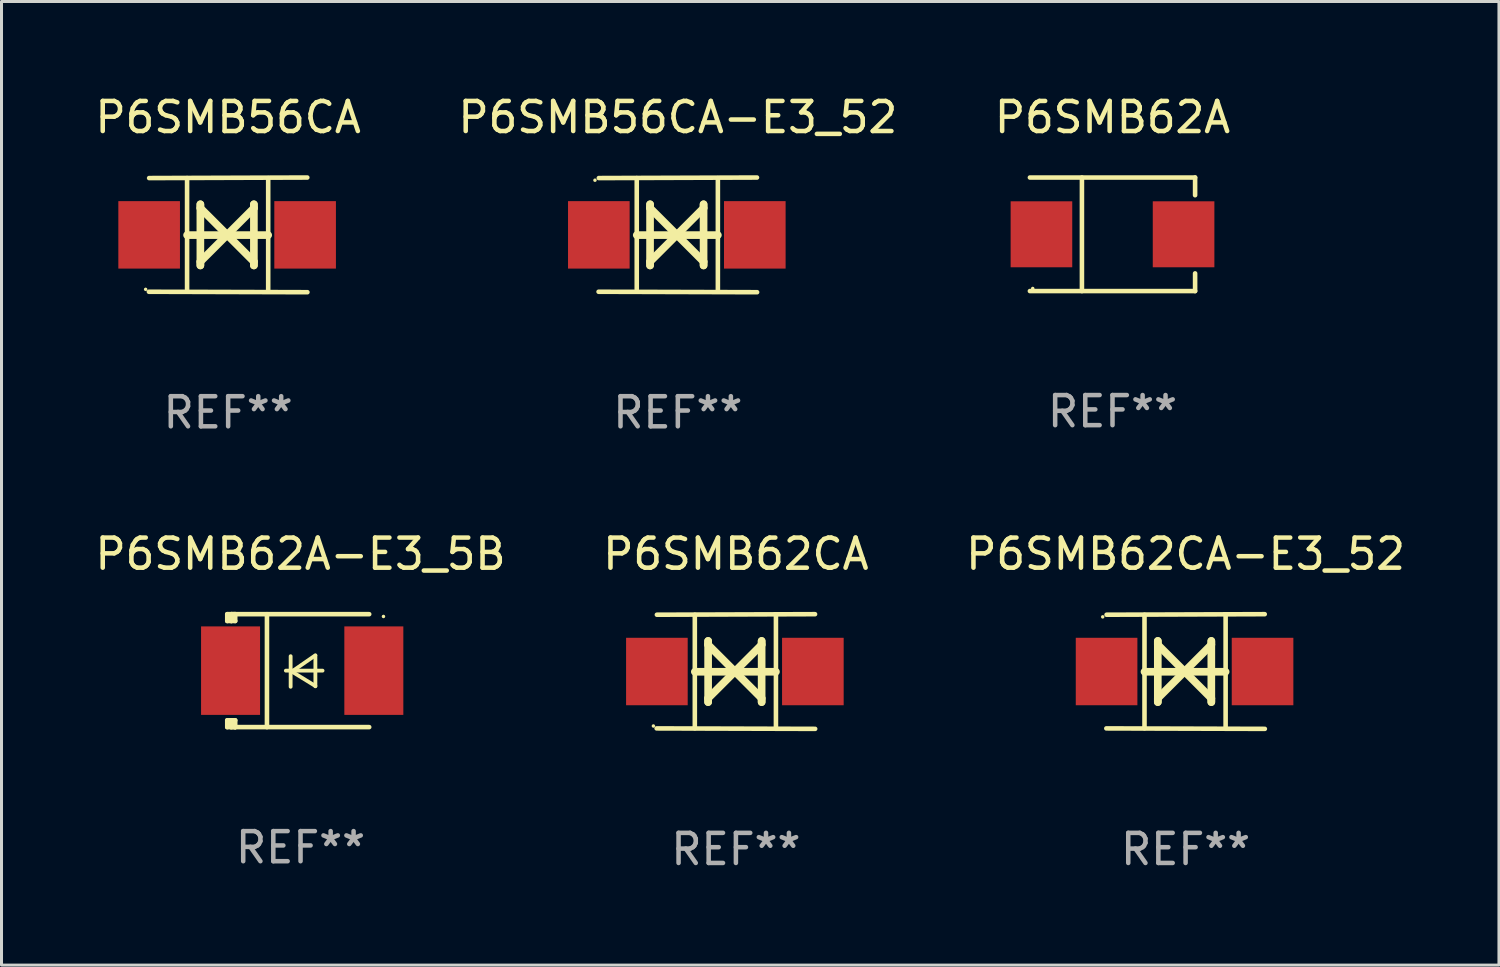
<source format=kicad_pcb>
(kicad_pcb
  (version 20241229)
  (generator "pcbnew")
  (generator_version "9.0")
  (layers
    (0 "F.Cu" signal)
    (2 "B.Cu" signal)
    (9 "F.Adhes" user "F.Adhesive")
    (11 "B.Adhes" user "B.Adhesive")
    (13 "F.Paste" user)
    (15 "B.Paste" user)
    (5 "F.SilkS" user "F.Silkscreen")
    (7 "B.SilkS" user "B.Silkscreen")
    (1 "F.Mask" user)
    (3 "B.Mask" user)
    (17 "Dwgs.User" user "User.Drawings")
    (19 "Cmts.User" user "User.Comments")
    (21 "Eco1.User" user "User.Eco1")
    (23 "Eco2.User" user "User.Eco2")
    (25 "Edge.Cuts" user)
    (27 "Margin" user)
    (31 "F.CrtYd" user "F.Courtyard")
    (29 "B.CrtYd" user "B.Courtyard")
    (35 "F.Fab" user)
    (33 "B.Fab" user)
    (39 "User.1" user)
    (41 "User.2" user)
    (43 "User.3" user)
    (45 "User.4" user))
  (footprint "P6SMB56CA"
    (layer "F.Cu")
    (at 4.53 4.753)
    (property "Reference" "P6SMB56CA" (at 0 -3.905 0) (layer "F.SilkS") (effects (font (size 1 1) (thickness 0.15))))
    (attr through_hole)
    (fp_line (start -1.365 1.886) (end -1.365 -1.886) (stroke (width 0.152) (type solid)) (layer "F.SilkS"))
    (fp_line (start -1.365 0.008) (end 1.33 0.008) (stroke (width 0.254) (type solid)) (layer "F.SilkS"))
    (fp_line (start -0.923 -1.016) (end -0.923 1.016) (stroke (width 0.254) (type solid)) (layer "F.SilkS"))
    (fp_line (start -0.923 -0.889) (end -0.923 -1.016) (stroke (width 0.254) (type solid)) (layer "F.SilkS"))
    (fp_line (start -0.923 0.889) (end -0.034 0) (stroke (width 0.254) (type solid)) (layer "F.SilkS"))
    (fp_line (start -0.923 1.016) (end -0.923 0.889) (stroke (width 0.254) (type solid)) (layer "F.SilkS"))
    (fp_line (start -0.034 0) (end -0.923 -0.889) (stroke (width 0.254) (type solid)) (layer "F.SilkS"))
    (fp_line (start -0.034 0) (end 0.855 0.889) (stroke (width 0.254) (type solid)) (layer "F.SilkS"))
    (fp_line (start 0.855 -1.016) (end 0.855 -0.889) (stroke (width 0.254) (type solid)) (layer "F.SilkS"))
    (fp_line (start 0.855 -0.889) (end -0.034 0) (stroke (width 0.254) (type solid)) (layer "F.SilkS"))
    (fp_line (start 0.855 0.889) (end 0.855 1.016) (stroke (width 0.254) (type solid)) (layer "F.SilkS"))
    (fp_line (start 0.855 1.016) (end 0.855 -1.016) (stroke (width 0.254) (type solid)) (layer "F.SilkS"))
    (fp_line (start 1.33 1.886) (end 1.33 -1.886) (stroke (width 0.152) (type solid)) (layer "F.SilkS"))
    (fp_line (start 2.629 -1.905) (end -2.625 -1.887) (stroke (width 0.152) (type solid)) (layer "F.SilkS"))
    (fp_line (start 2.633 1.905) (end -2.633 1.89) (stroke (width 0.152) (type solid)) (layer "F.SilkS"))
    (fp_circle (center -2.741 1.81) (end -2.711 1.81) (stroke (width 0.06) (type solid)) (fill no) (layer "F.SilkS"))
    (fp_text user "REF**" (at 0 5.905 0) (layer "F.Fab") (effects (font (size 1 1) (thickness 0.15))))
    (pad "1" smd rect (at -2.625 0) (size 2.047 2.241) (layers "F.Cu" "F.Mask" "F.Paste"))
    (pad "2" smd rect (at 2.557 0) (size 2.047 2.241) (layers "F.Cu" "F.Mask" "F.Paste")))
  (footprint "P6SMB62CA"
    (layer "F.Cu")
    (at 21.399 19.26)
    (property "Reference" "P6SMB62CA" (at 0 -3.905 0) (layer "F.SilkS") (effects (font (size 1 1) (thickness 0.15))))
    (attr through_hole)
    (fp_line (start -1.365 1.886) (end -1.365 -1.886) (stroke (width 0.152) (type solid)) (layer "F.SilkS"))
    (fp_line (start -1.365 0.008) (end 1.33 0.008) (stroke (width 0.254) (type solid)) (layer "F.SilkS"))
    (fp_line (start -0.923 -1.016) (end -0.923 1.016) (stroke (width 0.254) (type solid)) (layer "F.SilkS"))
    (fp_line (start -0.923 -0.889) (end -0.923 -1.016) (stroke (width 0.254) (type solid)) (layer "F.SilkS"))
    (fp_line (start -0.923 0.889) (end -0.034 0) (stroke (width 0.254) (type solid)) (layer "F.SilkS"))
    (fp_line (start -0.923 1.016) (end -0.923 0.889) (stroke (width 0.254) (type solid)) (layer "F.SilkS"))
    (fp_line (start -0.034 0) (end -0.923 -0.889) (stroke (width 0.254) (type solid)) (layer "F.SilkS"))
    (fp_line (start -0.034 0) (end 0.855 0.889) (stroke (width 0.254) (type solid)) (layer "F.SilkS"))
    (fp_line (start 0.855 -1.016) (end 0.855 -0.889) (stroke (width 0.254) (type solid)) (layer "F.SilkS"))
    (fp_line (start 0.855 -0.889) (end -0.034 0) (stroke (width 0.254) (type solid)) (layer "F.SilkS"))
    (fp_line (start 0.855 0.889) (end 0.855 1.016) (stroke (width 0.254) (type solid)) (layer "F.SilkS"))
    (fp_line (start 0.855 1.016) (end 0.855 -1.016) (stroke (width 0.254) (type solid)) (layer "F.SilkS"))
    (fp_line (start 1.33 1.886) (end 1.33 -1.886) (stroke (width 0.152) (type solid)) (layer "F.SilkS"))
    (fp_line (start 2.629 -1.905) (end -2.625 -1.887) (stroke (width 0.152) (type solid)) (layer "F.SilkS"))
    (fp_line (start 2.633 1.905) (end -2.633 1.89) (stroke (width 0.152) (type solid)) (layer "F.SilkS"))
    (fp_circle (center -2.741 1.81) (end -2.711 1.81) (stroke (width 0.06) (type solid)) (fill no) (layer "F.SilkS"))
    (fp_text user "REF**" (at 0 5.905 0) (layer "F.Fab") (effects (font (size 1 1) (thickness 0.15))))
    (pad "1" smd rect (at -2.625 0) (size 2.047 2.241) (layers "F.Cu" "F.Mask" "F.Paste"))
    (pad "2" smd rect (at 2.557 0) (size 2.047 2.241) (layers "F.Cu" "F.Mask" "F.Paste")))
  (footprint "P6SMB62A"
    (layer "F.Cu")
    (at 33.911 4.734)
    (property "Reference" "P6SMB62A" (at 0 -3.886 0) (layer "F.SilkS") (effects (font (size 1 1) (thickness 0.15))))
    (attr through_hole)
    (fp_line (start -2.744 -1.886) (end 2.744 -1.886) (stroke (width 0.152) (type solid)) (layer "F.SilkS"))
    (fp_line (start -2.744 1.886) (end 2.744 1.886) (stroke (width 0.152) (type solid)) (layer "F.SilkS"))
    (fp_line (start -1.016 -1.886) (end -1.016 1.886) (stroke (width 0.152) (type solid)) (layer "F.SilkS"))
    (fp_line (start 2.744 -1.886) (end 2.744 -1.299) (stroke (width 0.152) (type solid)) (layer "F.SilkS"))
    (fp_line (start 2.744 1.886) (end 2.744 1.299) (stroke (width 0.152) (type solid)) (layer "F.SilkS"))
    (fp_circle (center -2.65 1.8) (end -2.62 1.8) (stroke (width 0.06) (type solid)) (fill no) (layer "F.SilkS"))
    (fp_text user "REF**" (at 0 5.886 0) (layer "F.Fab") (effects (font (size 1 1) (thickness 0.15))))
    (pad "1" smd rect (at -2.361 0) (size 2.047 2.192) (layers "F.Cu" "F.Mask" "F.Paste"))
    (pad "2" smd rect (at 2.361 0) (size 2.047 2.192) (layers "F.Cu" "F.Mask" "F.Paste")))
  (footprint "P6SMB62A-E3_5B"
    (layer "F.Cu")
    (at 6.935 19.231)
    (property "Reference" "P6SMB62A-E3_5B" (at 0 -3.876 0) (layer "F.SilkS") (effects (font (size 1 1) (thickness 0.15))))
    (attr through_hole)
    (fp_line (start -2.435 1.65) (end -2.171 1.65) (stroke (width 0.152) (type solid)) (layer "F.SilkS"))
    (fp_line (start -2.435 1.876) (end -2.435 1.65) (stroke (width 0.152) (type solid)) (layer "F.SilkS"))
    (fp_line (start -2.435 -1.876) (end -2.171 -1.876) (stroke (width 0.152) (type solid)) (layer "F.SilkS"))
    (fp_line (start -2.435 -1.65) (end -2.435 -1.876) (stroke (width 0.152) (type solid)) (layer "F.SilkS"))
    (fp_line (start -2.305 -1.866) (end -2.295 -1.876) (stroke (width 0.152) (type solid)) (layer "F.SilkS"))
    (fp_line (start -2.305 -1.65) (end -2.305 -1.866) (stroke (width 0.152) (type solid)) (layer "F.SilkS"))
    (fp_line (start -2.305 1.876) (end -2.305 1.65) (stroke (width 0.152) (type solid)) (layer "F.SilkS"))
    (fp_line (start -2.295 -1.876) (end -2.295 -1.65) (stroke (width 0.152) (type solid)) (layer "F.SilkS"))
    (fp_line (start -2.171 1.876) (end -2.435 1.876) (stroke (width 0.152) (type solid)) (layer "F.SilkS"))
    (fp_line (start -2.171 -1.65) (end -2.435 -1.65) (stroke (width 0.152) (type solid)) (layer "F.SilkS"))
    (fp_line (start -2.171 -1.876) (end -2.295 -1.876) (stroke (width 0.152) (type solid)) (layer "F.SilkS"))
    (fp_line (start -2.171 -1.65) (end -2.171 -1.876) (stroke (width 0.152) (type solid)) (layer "F.SilkS"))
    (fp_line (start -2.171 1.876) (end -2.305 1.876) (stroke (width 0.152) (type solid)) (layer "F.SilkS"))
    (fp_line (start -2.171 1.876) (end -2.171 1.65) (stroke (width 0.152) (type solid)) (layer "F.SilkS"))
    (fp_line (start -1.116 1.876) (end -1.116 -1.876) (stroke (width 0.152) (type solid)) (layer "F.SilkS"))
    (fp_line (start -0.488 0.000102) (end 0.731 0.000102) (stroke (width 0.127) (type solid)) (layer "F.SilkS"))
    (fp_line (start -0.329 -0.48) (end -0.329 0.536) (stroke (width 0.127) (type solid)) (layer "F.SilkS"))
    (fp_line (start -0.29 0.03) (end 0.493 0.51) (stroke (width 0.127) (type solid)) (layer "F.SilkS"))
    (fp_line (start 0.493 -0.51) (end -0.29 0.03) (stroke (width 0.127) (type solid)) (layer "F.SilkS"))
    (fp_line (start 0.493 0.52) (end 0.493 -0.496) (stroke (width 0.127) (type solid)) (layer "F.SilkS"))
    (fp_line (start 2.281 -1.876) (end -2.171 -1.876) (stroke (width 0.152) (type solid)) (layer "F.SilkS"))
    (fp_line (start 2.281 1.876) (end -2.171 1.876) (stroke (width 0.152) (type solid)) (layer "F.SilkS"))
    (fp_circle (center 2.755 -1.8) (end 2.785 -1.8) (stroke (width 0.06) (type solid)) (fill no) (layer "F.SilkS"))
    (fp_text user "REF**" (at 0 5.876 0) (layer "F.Fab") (effects (font (size 1 1) (thickness 0.15))))
    (pad "1" smd rect (at 2.435 -0.000025 180) (size 1.96 2.94) (layers "F.Cu" "F.Mask" "F.Paste"))
    (pad "2" smd rect (at -2.325 -0.000025 180) (size 1.96 2.94) (layers "F.Cu" "F.Mask" "F.Paste")))
  (footprint "P6SMB62CA-E3_52"
    (layer "F.Cu")
    (at 36.339 19.26)
    (property "Reference" "P6SMB62CA-E3_52" (at 0 -3.905 0) (layer "F.SilkS") (effects (font (size 1 1) (thickness 0.15))))
    (attr through_hole)
    (fp_line (start -1.365 1.886) (end -1.365 -1.886) (stroke (width 0.152) (type solid)) (layer "F.SilkS"))
    (fp_line (start -1.365 0.008) (end 1.33 0.008) (stroke (width 0.254) (type solid)) (layer "F.SilkS"))
    (fp_line (start -0.923 -1.016) (end -0.923 1.016) (stroke (width 0.254) (type solid)) (layer "F.SilkS"))
    (fp_line (start -0.923 -0.889) (end -0.923 -1.016) (stroke (width 0.254) (type solid)) (layer "F.SilkS"))
    (fp_line (start -0.923 0.889) (end -0.034 0) (stroke (width 0.254) (type solid)) (layer "F.SilkS"))
    (fp_line (start -0.923 1.016) (end -0.923 0.889) (stroke (width 0.254) (type solid)) (layer "F.SilkS"))
    (fp_line (start -0.034 0) (end -0.923 -0.889) (stroke (width 0.254) (type solid)) (layer "F.SilkS"))
    (fp_line (start -0.034 0) (end 0.855 0.889) (stroke (width 0.254) (type solid)) (layer "F.SilkS"))
    (fp_line (start 0.855 -1.016) (end 0.855 -0.889) (stroke (width 0.254) (type solid)) (layer "F.SilkS"))
    (fp_line (start 0.855 -0.889) (end -0.034 0) (stroke (width 0.254) (type solid)) (layer "F.SilkS"))
    (fp_line (start 0.855 0.889) (end 0.855 1.016) (stroke (width 0.254) (type solid)) (layer "F.SilkS"))
    (fp_line (start 0.855 1.016) (end 0.855 -1.016) (stroke (width 0.254) (type solid)) (layer "F.SilkS"))
    (fp_line (start 1.33 1.886) (end 1.33 -1.886) (stroke (width 0.152) (type solid)) (layer "F.SilkS"))
    (fp_line (start 2.629 -1.905) (end -2.625 -1.887) (stroke (width 0.152) (type solid)) (layer "F.SilkS"))
    (fp_line (start 2.633 1.905) (end -2.633 1.89) (stroke (width 0.152) (type solid)) (layer "F.SilkS"))
    (fp_circle (center -2.753 -1.816) (end -2.723 -1.816) (stroke (width 0.06) (type solid)) (fill no) (layer "F.SilkS"))
    (fp_text user "REF**" (at 0 5.905 0) (layer "F.Fab") (effects (font (size 1 1) (thickness 0.15))))
    (pad "1" smd rect (at -2.625 0) (size 2.047 2.241) (layers "F.Cu" "F.Mask" "F.Paste"))
    (pad "2" smd rect (at 2.557 0) (size 2.047 2.241) (layers "F.Cu" "F.Mask" "F.Paste")))
  (footprint "P6SMB56CA-E3_52"
    (layer "F.Cu")
    (at 19.47 4.753)
    (property "Reference" "P6SMB56CA-E3_52" (at 0 -3.905 0) (layer "F.SilkS") (effects (font (size 1 1) (thickness 0.15))))
    (attr through_hole)
    (fp_line (start -1.365 1.886) (end -1.365 -1.886) (stroke (width 0.152) (type solid)) (layer "F.SilkS"))
    (fp_line (start -1.365 0.008) (end 1.33 0.008) (stroke (width 0.254) (type solid)) (layer "F.SilkS"))
    (fp_line (start -0.923 -1.016) (end -0.923 1.016) (stroke (width 0.254) (type solid)) (layer "F.SilkS"))
    (fp_line (start -0.923 -0.889) (end -0.923 -1.016) (stroke (width 0.254) (type solid)) (layer "F.SilkS"))
    (fp_line (start -0.923 0.889) (end -0.034 0) (stroke (width 0.254) (type solid)) (layer "F.SilkS"))
    (fp_line (start -0.923 1.016) (end -0.923 0.889) (stroke (width 0.254) (type solid)) (layer "F.SilkS"))
    (fp_line (start -0.034 0) (end -0.923 -0.889) (stroke (width 0.254) (type solid)) (layer "F.SilkS"))
    (fp_line (start -0.034 0) (end 0.855 0.889) (stroke (width 0.254) (type solid)) (layer "F.SilkS"))
    (fp_line (start 0.855 -1.016) (end 0.855 -0.889) (stroke (width 0.254) (type solid)) (layer "F.SilkS"))
    (fp_line (start 0.855 -0.889) (end -0.034 0) (stroke (width 0.254) (type solid)) (layer "F.SilkS"))
    (fp_line (start 0.855 0.889) (end 0.855 1.016) (stroke (width 0.254) (type solid)) (layer "F.SilkS"))
    (fp_line (start 0.855 1.016) (end 0.855 -1.016) (stroke (width 0.254) (type solid)) (layer "F.SilkS"))
    (fp_line (start 1.33 1.886) (end 1.33 -1.886) (stroke (width 0.152) (type solid)) (layer "F.SilkS"))
    (fp_line (start 2.629 -1.905) (end -2.625 -1.887) (stroke (width 0.152) (type solid)) (layer "F.SilkS"))
    (fp_line (start 2.633 1.905) (end -2.633 1.89) (stroke (width 0.152) (type solid)) (layer "F.SilkS"))
    (fp_circle (center -2.753 -1.816) (end -2.723 -1.816) (stroke (width 0.06) (type solid)) (fill no) (layer "F.SilkS"))
    (fp_text user "REF**" (at 0 5.905 0) (layer "F.Fab") (effects (font (size 1 1) (thickness 0.15))))
    (pad "1" smd rect (at -2.625 0) (size 2.047 2.241) (layers "F.Cu" "F.Mask" "F.Paste"))
    (pad "2" smd rect (at 2.557 0) (size 2.047 2.241) (layers "F.Cu" "F.Mask" "F.Paste")))
  (gr_rect
    (start -3 -3)
    (end 46.75 29.013)
    (stroke (width 0.1) (type default))
    (fill no)
    (layer "Edge.Cuts")))
</source>
